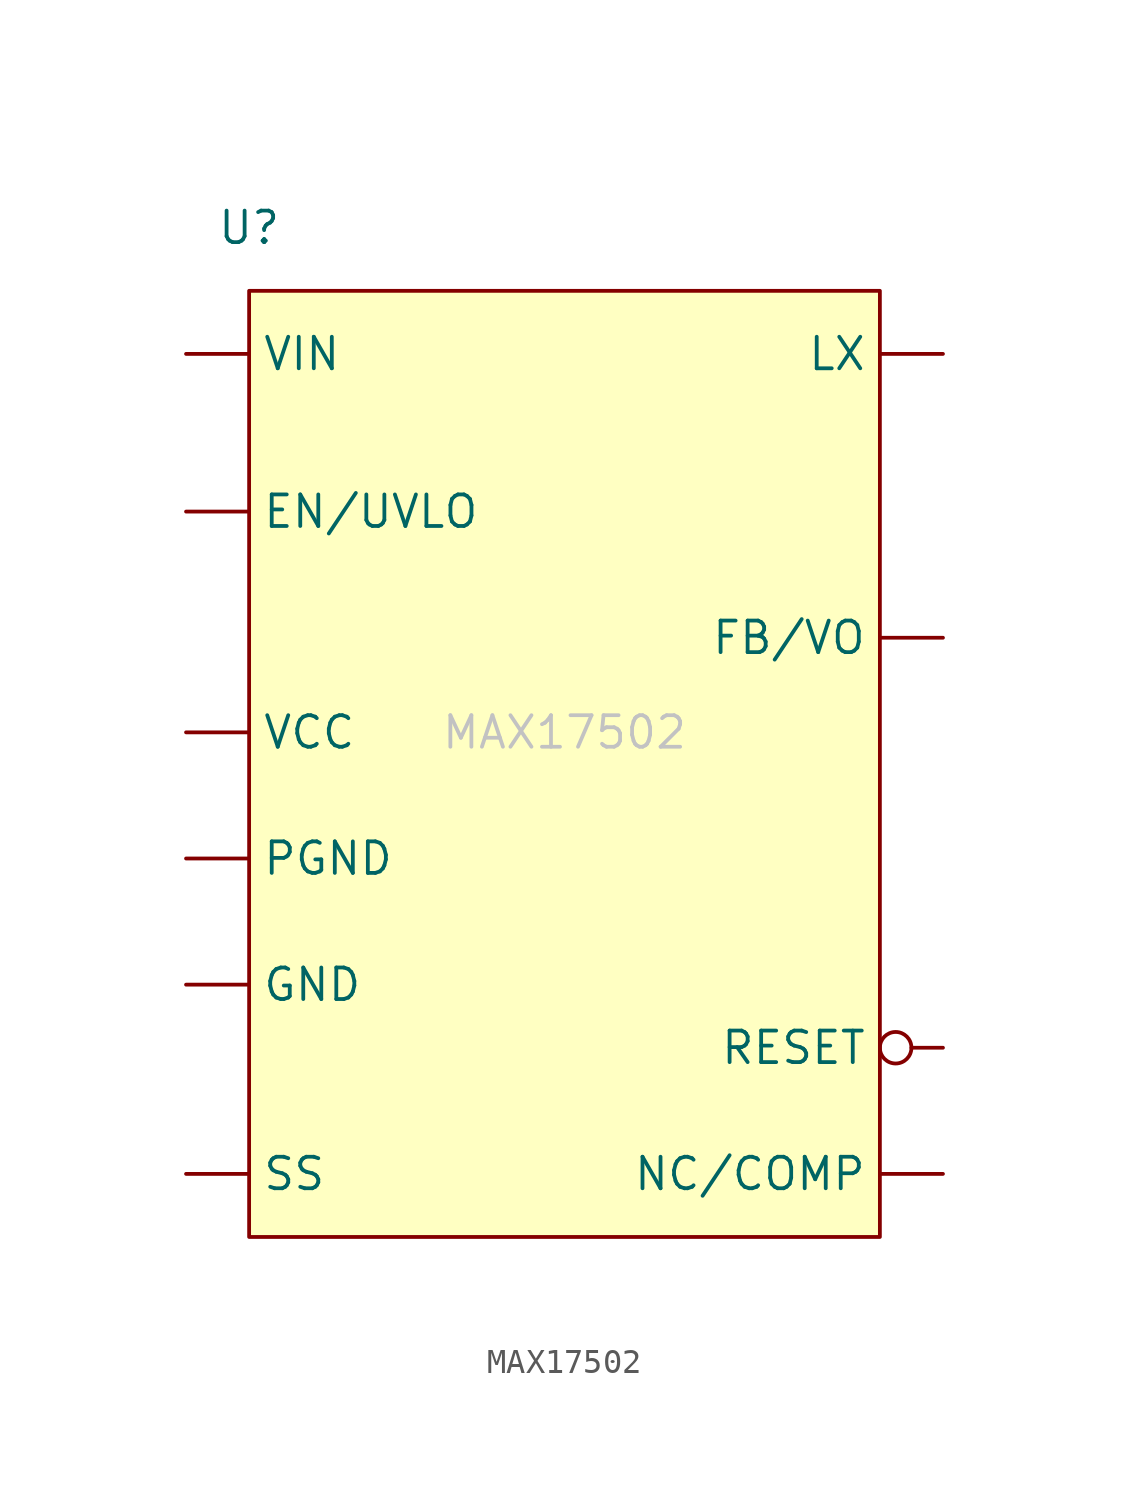
<source format=kicad_sym>
(kicad_symbol_lib
  (version 20220914)
  (generator kicad_symbol_editor)
  (symbol "MAX17502"
    (property "Reference" "U"
      (at 0 0 0)
      (effects (font (size 1.27 1.27))))
    (property "Value" ""
      (at 0 0 0)
      (effects (font (size 1.27 1.27))))
    (symbol "MAX17502_1_1"
      (rectangle (start 0 -2.54) (end 25.4 -40.64) (stroke (width 0) (type default)) (fill (type background)))
      (text "MAX17502" (at 12.7 -20.32 0) (effects (font (size 1.27 1.27) (color 194 194 194 1))))
      (pin input line (at -2.54 -11.43 0) (length 2.54) (name "EN/UVLO" (effects (font (size 1.27 1.27)))) (number "" (effects (font (size 1.27 1.27)))))
      (pin input line (at 27.94 -16.51 180) (length 2.54) (name "FB/VO" (effects (font (size 1.27 1.27)))) (number "" (effects (font (size 1.27 1.27)))))
      (pin input line (at -2.54 -30.48 0) (length 2.54) (name "GND" (effects (font (size 1.27 1.27)))) (number "" (effects (font (size 1.27 1.27)))))
      (pin bidirectional line (at 27.94 -5.08 180) (length 2.54) (name "LX" (effects (font (size 1.27 1.27)))) (number "" (effects (font (size 1.27 1.27)))))
      (pin input line (at 27.94 -38.1 180) (length 2.54) (name "NC/COMP" (effects (font (size 1.27 1.27)))) (number "" (effects (font (size 1.27 1.27)))))
      (pin power_in line (at -2.54 -25.4 0) (length 2.54) (name "PGND" (effects (font (size 1.27 1.27)))) (number "" (effects (font (size 1.27 1.27)))))
      (pin input inverted (at 27.94 -33.02 180) (length 2.54) (name "RESET" (effects (font (size 1.27 1.27)))) (number "" (effects (font (size 1.27 1.27)))))
      (pin input line (at -2.54 -38.1 0) (length 2.54) (name "SS" (effects (font (size 1.27 1.27)))) (number "" (effects (font (size 1.27 1.27)))))
      (pin power_in line (at -2.54 -20.32 0) (length 2.54) (name "VCC" (effects (font (size 1.27 1.27)))) (number "" (effects (font (size 1.27 1.27)))))
      (pin power_in line (at -2.54 -5.08 0) (length 2.54) (name "VIN" (effects (font (size 1.27 1.27)))) (number "" (effects (font (size 1.27 1.27))))))))
</source>
